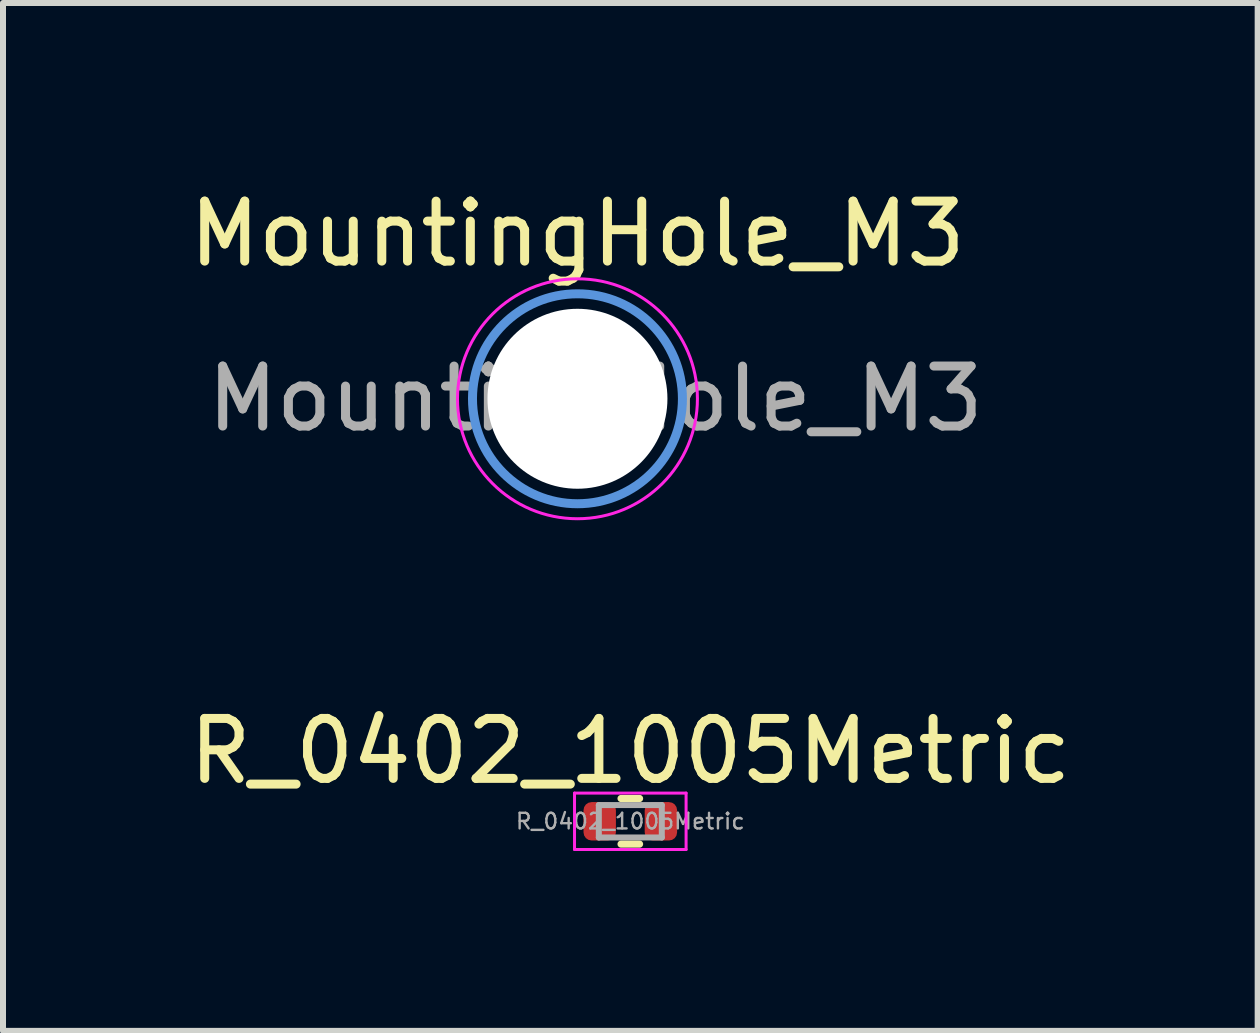
<source format=kicad_pcb>
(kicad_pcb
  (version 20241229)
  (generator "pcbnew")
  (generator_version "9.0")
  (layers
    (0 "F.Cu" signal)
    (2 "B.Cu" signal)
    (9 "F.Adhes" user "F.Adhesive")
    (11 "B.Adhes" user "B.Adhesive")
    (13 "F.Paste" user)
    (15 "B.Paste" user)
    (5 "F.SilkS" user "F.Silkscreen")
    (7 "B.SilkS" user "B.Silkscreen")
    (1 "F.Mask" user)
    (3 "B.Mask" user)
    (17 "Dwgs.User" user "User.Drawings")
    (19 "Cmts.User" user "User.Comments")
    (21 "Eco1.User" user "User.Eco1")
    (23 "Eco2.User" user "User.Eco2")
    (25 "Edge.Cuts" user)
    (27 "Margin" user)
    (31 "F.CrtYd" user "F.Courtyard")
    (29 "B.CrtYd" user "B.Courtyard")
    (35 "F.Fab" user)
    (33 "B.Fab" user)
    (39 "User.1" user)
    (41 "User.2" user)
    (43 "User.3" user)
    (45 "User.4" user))
  (footprint "MountingHole_M3"
    (layer "F.Cu")
    (at 6.577 3.598)
    (property "Reference" "MountingHole_M3" (at 0 -2.75 0) (layer "F.SilkS") (effects (font (size 1 1) (thickness 0.15))))
    (attr exclude_from_pos_files exclude_from_bom)
    (fp_circle (center 0 0) (end 1.75 0) (stroke (width 0.15) (type solid)) (fill no) (layer "Cmts.User"))
    (fp_circle (center 0 0) (end 2 0) (stroke (width 0.05) (type solid)) (fill no) (layer "F.CrtYd"))
    (fp_text user "${REFERENCE}" (at 0.3 0 0) (layer "F.Fab") (effects (font (size 1 1) (thickness 0.15))))
    (pad "" np_thru_hole circle (at 0 0) (size 3 3) (drill 3) (layers "*.Cu" "*.Mask")))
  (footprint "R_0402_1005Metric"
    (layer "F.Cu")
    (at 7.458 10.642)
    (property "Reference" "R_0402_1005Metric" (at 0 -1.17 0) (layer "F.SilkS") (effects (font (size 1 1) (thickness 0.15))))
    (attr smd)
    (fp_line (start -0.154 -0.38) (end 0.154 -0.38) (stroke (width 0.12) (type solid)) (layer "F.SilkS"))
    (fp_line (start -0.154 0.38) (end 0.154 0.38) (stroke (width 0.12) (type solid)) (layer "F.SilkS"))
    (fp_line (start -0.93 -0.47) (end 0.93 -0.47) (stroke (width 0.05) (type solid)) (layer "F.CrtYd"))
    (fp_line (start -0.93 0.47) (end -0.93 -0.47) (stroke (width 0.05) (type solid)) (layer "F.CrtYd"))
    (fp_line (start 0.93 -0.47) (end 0.93 0.47) (stroke (width 0.05) (type solid)) (layer "F.CrtYd"))
    (fp_line (start 0.93 0.47) (end -0.93 0.47) (stroke (width 0.05) (type solid)) (layer "F.CrtYd"))
    (fp_line (start -0.525 -0.27) (end 0.525 -0.27) (stroke (width 0.1) (type solid)) (layer "F.Fab"))
    (fp_line (start -0.525 0.27) (end -0.525 -0.27) (stroke (width 0.1) (type solid)) (layer "F.Fab"))
    (fp_line (start 0.525 -0.27) (end 0.525 0.27) (stroke (width 0.1) (type solid)) (layer "F.Fab"))
    (fp_line (start 0.525 0.27) (end -0.525 0.27) (stroke (width 0.1) (type solid)) (layer "F.Fab"))
    (fp_text user "${REFERENCE}" (at 0 0 0) (layer "F.Fab") (effects (font (size 0.26 0.26) (thickness 0.04))))
    (pad "1" smd roundrect (at -0.51 0) (size 0.54 0.64) (layers "F.Cu" "F.Mask" "F.Paste") (roundrect_rratio 0.25))
    (pad "2" smd roundrect (at 0.51 0) (size 0.54 0.64) (layers "F.Cu" "F.Mask" "F.Paste") (roundrect_rratio 0.25)))
  (gr_rect
    (start -3 -3)
    (end 17.917 14.136)
    (stroke (width 0.1) (type default))
    (fill no)
    (layer "Edge.Cuts")))
</source>
